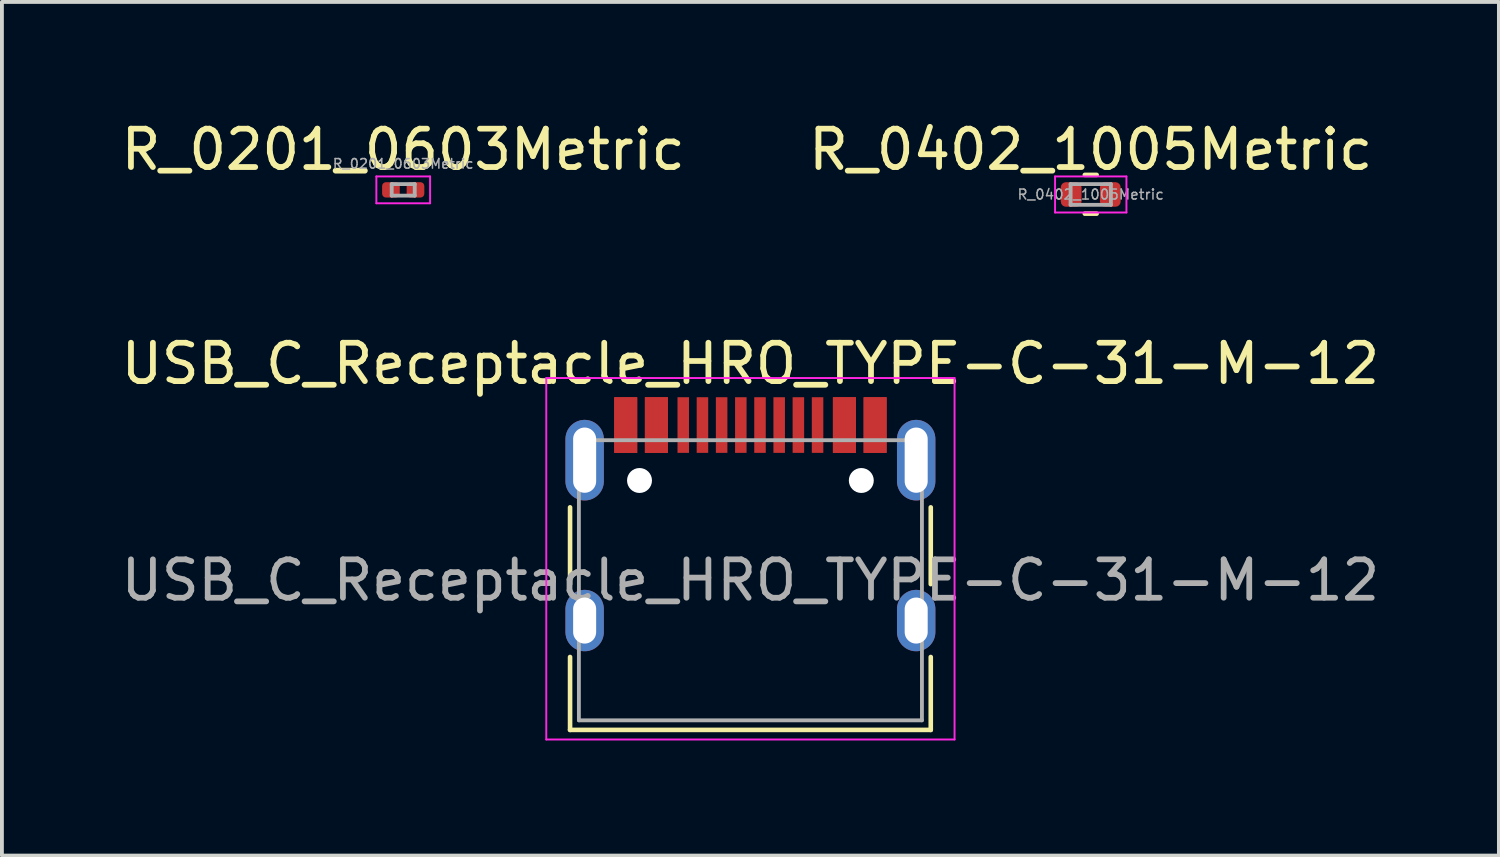
<source format=kicad_pcb>
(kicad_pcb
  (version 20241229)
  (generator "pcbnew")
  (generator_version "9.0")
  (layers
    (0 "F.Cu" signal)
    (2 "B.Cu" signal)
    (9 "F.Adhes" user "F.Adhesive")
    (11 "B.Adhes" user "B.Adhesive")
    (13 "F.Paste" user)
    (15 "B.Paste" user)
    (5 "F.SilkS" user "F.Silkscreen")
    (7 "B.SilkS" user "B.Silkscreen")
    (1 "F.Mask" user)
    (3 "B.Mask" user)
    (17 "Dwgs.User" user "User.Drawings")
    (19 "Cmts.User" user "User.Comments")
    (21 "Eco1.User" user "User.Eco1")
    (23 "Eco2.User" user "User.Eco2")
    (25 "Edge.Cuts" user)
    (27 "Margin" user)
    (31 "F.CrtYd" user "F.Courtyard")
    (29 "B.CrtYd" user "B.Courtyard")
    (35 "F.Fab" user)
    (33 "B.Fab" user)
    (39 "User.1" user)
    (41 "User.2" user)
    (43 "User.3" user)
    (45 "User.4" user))
  (footprint "R_0201_0603Metric"
    (layer "F.Cu")
    (at 7.458 1.898)
    (property "Reference" "R_0201_0603Metric" (at 0 -1.05 0) (layer "F.SilkS") (effects (font (size 1 1) (thickness 0.15))))
    (attr smd)
    (fp_line (start -0.7 -0.35) (end 0.7 -0.35) (stroke (width 0.05) (type solid)) (layer "F.CrtYd"))
    (fp_line (start -0.7 0.35) (end -0.7 -0.35) (stroke (width 0.05) (type solid)) (layer "F.CrtYd"))
    (fp_line (start 0.7 -0.35) (end 0.7 0.35) (stroke (width 0.05) (type solid)) (layer "F.CrtYd"))
    (fp_line (start 0.7 0.35) (end -0.7 0.35) (stroke (width 0.05) (type solid)) (layer "F.CrtYd"))
    (fp_line (start -0.3 -0.15) (end 0.3 -0.15) (stroke (width 0.1) (type solid)) (layer "F.Fab"))
    (fp_line (start -0.3 0.15) (end -0.3 -0.15) (stroke (width 0.1) (type solid)) (layer "F.Fab"))
    (fp_line (start 0.3 -0.15) (end 0.3 0.15) (stroke (width 0.1) (type solid)) (layer "F.Fab"))
    (fp_line (start 0.3 0.15) (end -0.3 0.15) (stroke (width 0.1) (type solid)) (layer "F.Fab"))
    (fp_text user "${REFERENCE}" (at 0 -0.68 0) (layer "F.Fab") (effects (font (size 0.25 0.25) (thickness 0.04))))
    (pad "" smd roundrect (at -0.345 0) (size 0.318 0.36) (layers "F.Paste") (roundrect_rratio 0.25))
    (pad "" smd roundrect (at 0.345 0) (size 0.318 0.36) (layers "F.Paste") (roundrect_rratio 0.25))
    (pad "1" smd roundrect (at -0.32 0) (size 0.46 0.4) (layers "F.Cu" "F.Mask") (roundrect_rratio 0.25))
    (pad "2" smd roundrect (at 0.32 0) (size 0.46 0.4) (layers "F.Cu" "F.Mask") (roundrect_rratio 0.25)))
  (footprint "USB_C_Receptacle_HRO_TYPE-C-31-M-12"
    (layer "F.Cu")
    (at 16.506 12.072)
    (property "Reference" "USB_C_Receptacle_HRO_TYPE-C-31-M-12" (at 0 -5.645 0) (layer "F.SilkS") (effects (font (size 1 1) (thickness 0.15))))
    (attr smd)
    (fp_line (start -4.7 -1.9) (end -4.7 0.1) (stroke (width 0.12) (type solid)) (layer "F.SilkS"))
    (fp_line (start -4.7 2) (end -4.7 3.9) (stroke (width 0.12) (type solid)) (layer "F.SilkS"))
    (fp_line (start -4.7 3.9) (end 4.7 3.9) (stroke (width 0.12) (type solid)) (layer "F.SilkS"))
    (fp_line (start 4.7 -1.9) (end 4.7 0.1) (stroke (width 0.12) (type solid)) (layer "F.SilkS"))
    (fp_line (start 4.7 2) (end 4.7 3.9) (stroke (width 0.12) (type solid)) (layer "F.SilkS"))
    (fp_line (start -5.32 -5.27) (end -5.32 4.15) (stroke (width 0.05) (type solid)) (layer "F.CrtYd"))
    (fp_line (start -5.32 -5.27) (end 5.32 -5.27) (stroke (width 0.05) (type solid)) (layer "F.CrtYd"))
    (fp_line (start -5.32 4.15) (end 5.32 4.15) (stroke (width 0.05) (type solid)) (layer "F.CrtYd"))
    (fp_line (start 5.32 -5.27) (end 5.32 4.15) (stroke (width 0.05) (type solid)) (layer "F.CrtYd"))
    (fp_line (start -4.47 -3.65) (end -4.47 3.65) (stroke (width 0.1) (type solid)) (layer "F.Fab"))
    (fp_line (start -4.47 -3.65) (end 4.47 -3.65) (stroke (width 0.1) (type solid)) (layer "F.Fab"))
    (fp_line (start -4.47 3.65) (end 4.47 3.65) (stroke (width 0.1) (type solid)) (layer "F.Fab"))
    (fp_line (start 4.47 -3.65) (end 4.47 3.65) (stroke (width 0.1) (type solid)) (layer "F.Fab"))
    (fp_text user "${REFERENCE}" (at 0 0 0) (layer "F.Fab") (effects (font (size 1 1) (thickness 0.15))))
    (pad "" np_thru_hole circle (at -2.89 -2.6) (size 0.65 0.65) (drill 0.65) (layers "*.Cu" "*.Mask"))
    (pad "" np_thru_hole circle (at 2.89 -2.6) (size 0.65 0.65) (drill 0.65) (layers "*.Cu" "*.Mask"))
    (pad "A1" smd rect (at -3.25 -4.045) (size 0.6 1.45) (layers "F.Cu" "F.Mask" "F.Paste"))
    (pad "A4" smd rect (at -2.45 -4.045) (size 0.6 1.45) (layers "F.Cu" "F.Mask" "F.Paste"))
    (pad "A5" smd rect (at -1.25 -4.045) (size 0.3 1.45) (layers "F.Cu" "F.Mask" "F.Paste"))
    (pad "A6" smd rect (at -0.25 -4.045) (size 0.3 1.45) (layers "F.Cu" "F.Mask" "F.Paste"))
    (pad "A7" smd rect (at 0.25 -4.045) (size 0.3 1.45) (layers "F.Cu" "F.Mask" "F.Paste"))
    (pad "A8" smd rect (at 1.25 -4.045) (size 0.3 1.45) (layers "F.Cu" "F.Mask" "F.Paste"))
    (pad "A9" smd rect (at 2.45 -4.045) (size 0.6 1.45) (layers "F.Cu" "F.Mask" "F.Paste"))
    (pad "A12" smd rect (at 3.25 -4.045) (size 0.6 1.45) (layers "F.Cu" "F.Mask" "F.Paste"))
    (pad "B1" smd rect (at 3.25 -4.045) (size 0.6 1.45) (layers "F.Cu" "F.Mask" "F.Paste"))
    (pad "B4" smd rect (at 2.45 -4.045) (size 0.6 1.45) (layers "F.Cu" "F.Mask" "F.Paste"))
    (pad "B5" smd rect (at 1.75 -4.045) (size 0.3 1.45) (layers "F.Cu" "F.Mask" "F.Paste"))
    (pad "B6" smd rect (at 0.75 -4.045) (size 0.3 1.45) (layers "F.Cu" "F.Mask" "F.Paste"))
    (pad "B7" smd rect (at -0.75 -4.045) (size 0.3 1.45) (layers "F.Cu" "F.Mask" "F.Paste"))
    (pad "B8" smd rect (at -1.75 -4.045) (size 0.3 1.45) (layers "F.Cu" "F.Mask" "F.Paste"))
    (pad "B9" smd rect (at -2.45 -4.045) (size 0.6 1.45) (layers "F.Cu" "F.Mask" "F.Paste"))
    (pad "B12" smd rect (at -3.25 -4.045) (size 0.6 1.45) (layers "F.Cu" "F.Mask" "F.Paste"))
    (pad "S1" thru_hole oval (at -4.32 -3.13) (size 1 2.1) (drill oval 0.6 1.7) (property pad_prop_heatsink) (layers "*.Cu" "*.Mask"))
    (pad "S1" thru_hole oval (at -4.32 1.05) (size 1 1.6) (drill oval 0.6 1.2) (property pad_prop_heatsink) (layers "*.Cu" "*.Mask"))
    (pad "S1" thru_hole oval (at 4.32 -3.13) (size 1 2.1) (drill oval 0.6 1.7) (property pad_prop_heatsink) (layers "*.Cu" "*.Mask"))
    (pad "S1" thru_hole oval (at 4.32 1.05) (size 1 1.6) (drill oval 0.6 1.2) (property pad_prop_heatsink) (layers "*.Cu" "*.Mask")))
  (footprint "R_0402_1005Metric"
    (layer "F.Cu")
    (at 25.375 2.018)
    (property "Reference" "R_0402_1005Metric" (at 0 -1.17 180) (layer "F.SilkS") (effects (font (size 1 1) (thickness 0.15))))
    (attr smd)
    (fp_line (start -0.154 -0.51) (end 0.154 -0.51) (stroke (width 0.12) (type solid)) (layer "F.SilkS"))
    (fp_line (start -0.154 0.5) (end 0.154 0.5) (stroke (width 0.12) (type solid)) (layer "F.SilkS"))
    (fp_line (start -0.93 -0.47) (end 0.93 -0.47) (stroke (width 0.05) (type solid)) (layer "F.CrtYd"))
    (fp_line (start -0.93 0.47) (end -0.93 -0.47) (stroke (width 0.05) (type solid)) (layer "F.CrtYd"))
    (fp_line (start 0.93 -0.47) (end 0.93 0.47) (stroke (width 0.05) (type solid)) (layer "F.CrtYd"))
    (fp_line (start 0.93 0.47) (end -0.93 0.47) (stroke (width 0.05) (type solid)) (layer "F.CrtYd"))
    (fp_line (start -0.525 -0.27) (end 0.525 -0.27) (stroke (width 0.1) (type solid)) (layer "F.Fab"))
    (fp_line (start -0.525 0.27) (end -0.525 -0.27) (stroke (width 0.1) (type solid)) (layer "F.Fab"))
    (fp_line (start 0.525 -0.27) (end 0.525 0.27) (stroke (width 0.1) (type solid)) (layer "F.Fab"))
    (fp_line (start 0.525 0.27) (end -0.525 0.27) (stroke (width 0.1) (type solid)) (layer "F.Fab"))
    (fp_text user "${REFERENCE}" (at 0 0 180) (layer "F.Fab") (effects (font (size 0.26 0.26) (thickness 0.04))))
    (pad "1" smd roundrect (at -0.51 0) (size 0.54 0.64) (layers "F.Cu" "F.Mask" "F.Paste") (roundrect_rratio 0.25))
    (pad "2" smd roundrect (at 0.51 0) (size 0.54 0.64) (layers "F.Cu" "F.Mask" "F.Paste") (roundrect_rratio 0.25)))
  (gr_rect
    (start -3 -3)
    (end 36.012 19.247)
    (stroke (width 0.1) (type default))
    (fill no)
    (layer "Edge.Cuts")))
</source>
